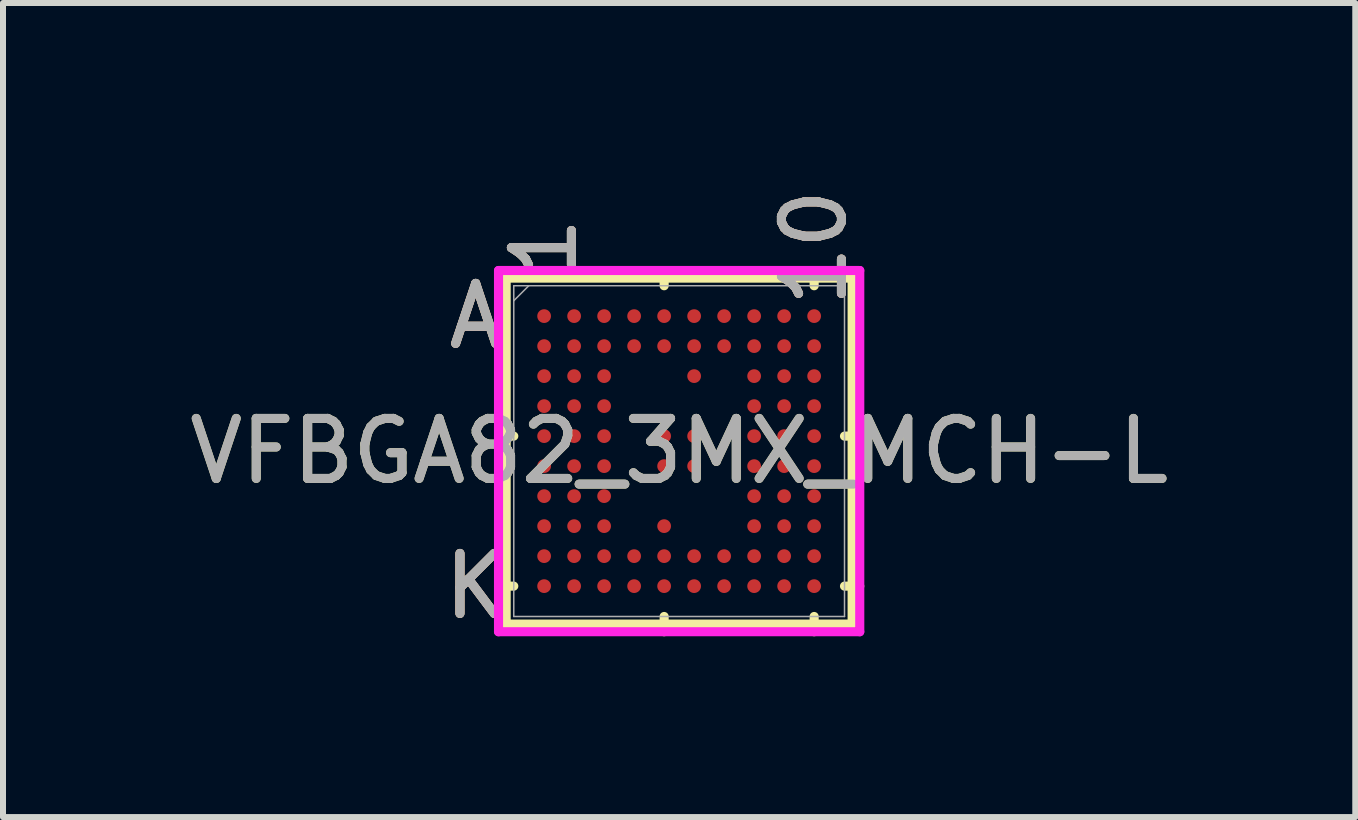
<source format=kicad_pcb>
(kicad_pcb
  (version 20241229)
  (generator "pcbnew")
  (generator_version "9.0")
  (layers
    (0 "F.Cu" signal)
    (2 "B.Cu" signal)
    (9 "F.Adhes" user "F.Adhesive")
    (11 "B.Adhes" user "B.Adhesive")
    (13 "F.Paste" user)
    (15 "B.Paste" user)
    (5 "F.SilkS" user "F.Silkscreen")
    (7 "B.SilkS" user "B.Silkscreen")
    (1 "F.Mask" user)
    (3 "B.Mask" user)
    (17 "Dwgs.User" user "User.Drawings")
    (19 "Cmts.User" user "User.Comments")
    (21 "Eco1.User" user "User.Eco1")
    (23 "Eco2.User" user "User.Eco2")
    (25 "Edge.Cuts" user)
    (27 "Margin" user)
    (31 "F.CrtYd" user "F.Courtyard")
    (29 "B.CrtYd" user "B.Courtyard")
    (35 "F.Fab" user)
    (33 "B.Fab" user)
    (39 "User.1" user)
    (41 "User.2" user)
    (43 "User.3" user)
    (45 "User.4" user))
  (footprint "VFBGA82_3MX_MCH-L"
    (layer "F.Cu")
    (at 8.268 4.468)
    (property "Reference" "VFBGA82_3MX_MCH-L" (at 0 0 0) (unlocked yes) (layer "F.SilkS") (effects (font (size 1 1) (thickness 0.15))))
    (attr smd)
    (fp_line (start -2.883 -2.883) (end -2.883 2.883) (stroke (width 0.152) (type solid)) (layer "F.SilkS"))
    (fp_line (start -2.883 2.883) (end 2.883 2.883) (stroke (width 0.152) (type solid)) (layer "F.SilkS"))
    (fp_line (start -2.756 -0.25) (end -3.01 -0.25) (stroke (width 0.152) (type solid)) (layer "F.SilkS"))
    (fp_line (start -2.756 2.25) (end -3.01 2.25) (stroke (width 0.152) (type solid)) (layer "F.SilkS"))
    (fp_line (start -0.25 -2.756) (end -0.25 -3.01) (stroke (width 0.152) (type solid)) (layer "F.SilkS"))
    (fp_line (start -0.25 2.756) (end -0.25 3.01) (stroke (width 0.152) (type solid)) (layer "F.SilkS"))
    (fp_line (start 2.25 -2.756) (end 2.25 -3.01) (stroke (width 0.152) (type solid)) (layer "F.SilkS"))
    (fp_line (start 2.25 2.756) (end 2.25 3.01) (stroke (width 0.152) (type solid)) (layer "F.SilkS"))
    (fp_line (start 2.756 -0.25) (end 3.01 -0.25) (stroke (width 0.152) (type solid)) (layer "F.SilkS"))
    (fp_line (start 2.756 2.25) (end 3.01 2.25) (stroke (width 0.152) (type solid)) (layer "F.SilkS"))
    (fp_line (start 2.883 -2.883) (end -2.883 -2.883) (stroke (width 0.152) (type solid)) (layer "F.SilkS"))
    (fp_line (start 2.883 2.883) (end 2.883 -2.883) (stroke (width 0.152) (type solid)) (layer "F.SilkS"))
    (fp_poly (pts (xy -2.945 -2.945) (xy 2.945 -2.945) (xy 2.945 2.945) (xy -2.945 2.945)) (stroke (width 0.1) (type solid)) (fill no) (layer "Eco2.User"))
    (fp_line (start -3.01 -3.01) (end 3.01 -3.01) (stroke (width 0.152) (type solid)) (layer "F.CrtYd"))
    (fp_line (start -3.01 3.01) (end -3.01 -3.01) (stroke (width 0.152) (type solid)) (layer "F.CrtYd"))
    (fp_line (start 3.01 -3.01) (end 3.01 3.01) (stroke (width 0.152) (type solid)) (layer "F.CrtYd"))
    (fp_line (start 3.01 3.01) (end -3.01 3.01) (stroke (width 0.152) (type solid)) (layer "F.CrtYd"))
    (fp_line (start -2.756 -2.756) (end -2.756 2.756) (stroke (width 0.025) (type solid)) (layer "F.Fab"))
    (fp_line (start -2.756 2.756) (end 2.756 2.756) (stroke (width 0.025) (type solid)) (layer "F.Fab"))
    (fp_line (start -2.506 -2.756) (end -2.756 -2.506) (stroke (width 0.025) (type solid)) (layer "F.Fab"))
    (fp_line (start 2.756 -2.756) (end -2.756 -2.756) (stroke (width 0.025) (type solid)) (layer "F.Fab"))
    (fp_line (start 2.756 2.756) (end 2.756 -2.756) (stroke (width 0.025) (type solid)) (layer "F.Fab"))
    (fp_text user "A" (at -3.391 -2.25 0) (unlocked yes) (layer "F.SilkS") (effects (font (size 1 1) (thickness 0.15))))
    (fp_text user "10" (at 2.25 -3.391 90) (unlocked yes) (layer "F.SilkS") (effects (font (size 1 1) (thickness 0.15))))
    (fp_text user "1" (at -2.25 -3.391 90) (unlocked yes) (layer "F.SilkS") (effects (font (size 1 1) (thickness 0.15))))
    (fp_text user "K" (at -3.391 2.25 0) (unlocked yes) (layer "F.SilkS") (effects (font (size 1 1) (thickness 0.15))))
    (fp_text user "10" (at 2.25 -3.391 90) (unlocked yes) (layer "B.SilkS") (effects (font (size 1 1) (thickness 0.15))))
    (fp_text user "A" (at -3.391 -2.25 0) (unlocked yes) (layer "B.SilkS") (effects (font (size 1 1) (thickness 0.15))))
    (fp_text user "1" (at -2.25 -3.391 90) (unlocked yes) (layer "B.SilkS") (effects (font (size 1 1) (thickness 0.15))))
    (fp_text user "K" (at -3.391 2.25 0) (unlocked yes) (layer "B.SilkS") (effects (font (size 1 1) (thickness 0.15))))
    (fp_text user "10" (at 2.25 -3.391 90) (unlocked yes) (layer "F.Fab") (effects (font (size 1 1) (thickness 0.15))))
    (fp_text user "K" (at -3.391 2.25 0) (unlocked yes) (layer "F.Fab") (effects (font (size 1 1) (thickness 0.15))))
    (fp_text user "A" (at -3.391 -2.25 0) (unlocked yes) (layer "F.Fab") (effects (font (size 1 1) (thickness 0.15))))
    (fp_text user "1" (at -2.25 -3.391 90) (unlocked yes) (layer "F.Fab") (effects (font (size 1 1) (thickness 0.15))))
    (fp_text user "${REFERENCE}" (at 0 0 0) (unlocked yes) (layer "F.Fab") (effects (font (size 1 1) (thickness 0.15))))
    (pad "A1" smd circle (at -2.25 -2.25) (size 0.229 0.229) (layers "F.Cu" "F.Mask" "F.Paste"))
    (pad "A2" smd circle (at -1.75 -2.25) (size 0.229 0.229) (layers "F.Cu" "F.Mask" "F.Paste"))
    (pad "A3" smd circle (at -1.25 -2.25) (size 0.229 0.229) (layers "F.Cu" "F.Mask" "F.Paste"))
    (pad "A4" smd circle (at -0.75 -2.25) (size 0.229 0.229) (layers "F.Cu" "F.Mask" "F.Paste"))
    (pad "A5" smd circle (at -0.25 -2.25) (size 0.229 0.229) (layers "F.Cu" "F.Mask" "F.Paste"))
    (pad "A6" smd circle (at 0.25 -2.25) (size 0.229 0.229) (layers "F.Cu" "F.Mask" "F.Paste"))
    (pad "A7" smd circle (at 0.75 -2.25) (size 0.229 0.229) (layers "F.Cu" "F.Mask" "F.Paste"))
    (pad "A8" smd circle (at 1.25 -2.25) (size 0.229 0.229) (layers "F.Cu" "F.Mask" "F.Paste"))
    (pad "A9" smd circle (at 1.75 -2.25) (size 0.229 0.229) (layers "F.Cu" "F.Mask" "F.Paste"))
    (pad "A10" smd circle (at 2.25 -2.25) (size 0.229 0.229) (layers "F.Cu" "F.Mask" "F.Paste"))
    (pad "B1" smd circle (at -2.25 -1.75) (size 0.229 0.229) (layers "F.Cu" "F.Mask" "F.Paste"))
    (pad "B2" smd circle (at -1.75 -1.75) (size 0.229 0.229) (layers "F.Cu" "F.Mask" "F.Paste"))
    (pad "B3" smd circle (at -1.25 -1.75) (size 0.229 0.229) (layers "F.Cu" "F.Mask" "F.Paste"))
    (pad "B4" smd circle (at -0.75 -1.75) (size 0.229 0.229) (layers "F.Cu" "F.Mask" "F.Paste"))
    (pad "B5" smd circle (at -0.25 -1.75) (size 0.229 0.229) (layers "F.Cu" "F.Mask" "F.Paste"))
    (pad "B6" smd circle (at 0.25 -1.75) (size 0.229 0.229) (layers "F.Cu" "F.Mask" "F.Paste"))
    (pad "B7" smd circle (at 0.75 -1.75) (size 0.229 0.229) (layers "F.Cu" "F.Mask" "F.Paste"))
    (pad "B8" smd circle (at 1.25 -1.75) (size 0.229 0.229) (layers "F.Cu" "F.Mask" "F.Paste"))
    (pad "B9" smd circle (at 1.75 -1.75) (size 0.229 0.229) (layers "F.Cu" "F.Mask" "F.Paste"))
    (pad "B10" smd circle (at 2.25 -1.75) (size 0.229 0.229) (layers "F.Cu" "F.Mask" "F.Paste"))
    (pad "C1" smd circle (at -2.25 -1.25) (size 0.229 0.229) (layers "F.Cu" "F.Mask" "F.Paste"))
    (pad "C2" smd circle (at -1.75 -1.25) (size 0.229 0.229) (layers "F.Cu" "F.Mask" "F.Paste"))
    (pad "C3" smd circle (at -1.25 -1.25) (size 0.229 0.229) (layers "F.Cu" "F.Mask" "F.Paste"))
    (pad "C6" smd circle (at 0.25 -1.25) (size 0.229 0.229) (layers "F.Cu" "F.Mask" "F.Paste"))
    (pad "C8" smd circle (at 1.25 -1.25) (size 0.229 0.229) (layers "F.Cu" "F.Mask" "F.Paste"))
    (pad "C9" smd circle (at 1.75 -1.25) (size 0.229 0.229) (layers "F.Cu" "F.Mask" "F.Paste"))
    (pad "C10" smd circle (at 2.25 -1.25) (size 0.229 0.229) (layers "F.Cu" "F.Mask" "F.Paste"))
    (pad "D1" smd circle (at -2.25 -0.75) (size 0.229 0.229) (layers "F.Cu" "F.Mask" "F.Paste"))
    (pad "D2" smd circle (at -1.75 -0.75) (size 0.229 0.229) (layers "F.Cu" "F.Mask" "F.Paste"))
    (pad "D3" smd circle (at -1.25 -0.75) (size 0.229 0.229) (layers "F.Cu" "F.Mask" "F.Paste"))
    (pad "D8" smd circle (at 1.25 -0.75) (size 0.229 0.229) (layers "F.Cu" "F.Mask" "F.Paste"))
    (pad "D9" smd circle (at 1.75 -0.75) (size 0.229 0.229) (layers "F.Cu" "F.Mask" "F.Paste"))
    (pad "D10" smd circle (at 2.25 -0.75) (size 0.229 0.229) (layers "F.Cu" "F.Mask" "F.Paste"))
    (pad "E1" smd circle (at -2.25 -0.25) (size 0.229 0.229) (layers "F.Cu" "F.Mask" "F.Paste"))
    (pad "E2" smd circle (at -1.75 -0.25) (size 0.229 0.229) (layers "F.Cu" "F.Mask" "F.Paste"))
    (pad "E3" smd circle (at -1.25 -0.25) (size 0.229 0.229) (layers "F.Cu" "F.Mask" "F.Paste"))
    (pad "E5" smd circle (at -0.25 -0.25) (size 0.229 0.229) (layers "F.Cu" "F.Mask" "F.Paste"))
    (pad "E6" smd circle (at 0.25 -0.25) (size 0.229 0.229) (layers "F.Cu" "F.Mask" "F.Paste"))
    (pad "E8" smd circle (at 1.25 -0.25) (size 0.229 0.229) (layers "F.Cu" "F.Mask" "F.Paste"))
    (pad "E9" smd circle (at 1.75 -0.25) (size 0.229 0.229) (layers "F.Cu" "F.Mask" "F.Paste"))
    (pad "E10" smd circle (at 2.25 -0.25) (size 0.229 0.229) (layers "F.Cu" "F.Mask" "F.Paste"))
    (pad "F1" smd circle (at -2.25 0.25) (size 0.229 0.229) (layers "F.Cu" "F.Mask" "F.Paste"))
    (pad "F2" smd circle (at -1.75 0.25) (size 0.229 0.229) (layers "F.Cu" "F.Mask" "F.Paste"))
    (pad "F3" smd circle (at -1.25 0.25) (size 0.229 0.229) (layers "F.Cu" "F.Mask" "F.Paste"))
    (pad "F5" smd circle (at -0.25 0.25) (size 0.229 0.229) (layers "F.Cu" "F.Mask" "F.Paste"))
    (pad "F6" smd circle (at 0.25 0.25) (size 0.229 0.229) (layers "F.Cu" "F.Mask" "F.Paste"))
    (pad "F8" smd circle (at 1.25 0.25) (size 0.229 0.229) (layers "F.Cu" "F.Mask" "F.Paste"))
    (pad "F9" smd circle (at 1.75 0.25) (size 0.229 0.229) (layers "F.Cu" "F.Mask" "F.Paste"))
    (pad "F10" smd circle (at 2.25 0.25) (size 0.229 0.229) (layers "F.Cu" "F.Mask" "F.Paste"))
    (pad "G1" smd circle (at -2.25 0.75) (size 0.229 0.229) (layers "F.Cu" "F.Mask" "F.Paste"))
    (pad "G2" smd circle (at -1.75 0.75) (size 0.229 0.229) (layers "F.Cu" "F.Mask" "F.Paste"))
    (pad "G3" smd circle (at -1.25 0.75) (size 0.229 0.229) (layers "F.Cu" "F.Mask" "F.Paste"))
    (pad "G8" smd circle (at 1.25 0.75) (size 0.229 0.229) (layers "F.Cu" "F.Mask" "F.Paste"))
    (pad "G9" smd circle (at 1.75 0.75) (size 0.229 0.229) (layers "F.Cu" "F.Mask" "F.Paste"))
    (pad "G10" smd circle (at 2.25 0.75) (size 0.229 0.229) (layers "F.Cu" "F.Mask" "F.Paste"))
    (pad "H1" smd circle (at -2.25 1.25) (size 0.229 0.229) (layers "F.Cu" "F.Mask" "F.Paste"))
    (pad "H2" smd circle (at -1.75 1.25) (size 0.229 0.229) (layers "F.Cu" "F.Mask" "F.Paste"))
    (pad "H3" smd circle (at -1.25 1.25) (size 0.229 0.229) (layers "F.Cu" "F.Mask" "F.Paste"))
    (pad "H5" smd circle (at -0.25 1.25) (size 0.229 0.229) (layers "F.Cu" "F.Mask" "F.Paste"))
    (pad "H8" smd circle (at 1.25 1.25) (size 0.229 0.229) (layers "F.Cu" "F.Mask" "F.Paste"))
    (pad "H9" smd circle (at 1.75 1.25) (size 0.229 0.229) (layers "F.Cu" "F.Mask" "F.Paste"))
    (pad "H10" smd circle (at 2.25 1.25) (size 0.229 0.229) (layers "F.Cu" "F.Mask" "F.Paste"))
    (pad "J1" smd circle (at -2.25 1.75) (size 0.229 0.229) (layers "F.Cu" "F.Mask" "F.Paste"))
    (pad "J2" smd circle (at -1.75 1.75) (size 0.229 0.229) (layers "F.Cu" "F.Mask" "F.Paste"))
    (pad "J3" smd circle (at -1.25 1.75) (size 0.229 0.229) (layers "F.Cu" "F.Mask" "F.Paste"))
    (pad "J4" smd circle (at -0.75 1.75) (size 0.229 0.229) (layers "F.Cu" "F.Mask" "F.Paste"))
    (pad "J5" smd circle (at -0.25 1.75) (size 0.229 0.229) (layers "F.Cu" "F.Mask" "F.Paste"))
    (pad "J6" smd circle (at 0.25 1.75) (size 0.229 0.229) (layers "F.Cu" "F.Mask" "F.Paste"))
    (pad "J7" smd circle (at 0.75 1.75) (size 0.229 0.229) (layers "F.Cu" "F.Mask" "F.Paste"))
    (pad "J8" smd circle (at 1.25 1.75) (size 0.229 0.229) (layers "F.Cu" "F.Mask" "F.Paste"))
    (pad "J9" smd circle (at 1.75 1.75) (size 0.229 0.229) (layers "F.Cu" "F.Mask" "F.Paste"))
    (pad "J10" smd circle (at 2.25 1.75) (size 0.229 0.229) (layers "F.Cu" "F.Mask" "F.Paste"))
    (pad "K1" smd circle (at -2.25 2.25) (size 0.229 0.229) (layers "F.Cu" "F.Mask" "F.Paste"))
    (pad "K2" smd circle (at -1.75 2.25) (size 0.229 0.229) (layers "F.Cu" "F.Mask" "F.Paste"))
    (pad "K3" smd circle (at -1.25 2.25) (size 0.229 0.229) (layers "F.Cu" "F.Mask" "F.Paste"))
    (pad "K4" smd circle (at -0.75 2.25) (size 0.229 0.229) (layers "F.Cu" "F.Mask" "F.Paste"))
    (pad "K5" smd circle (at -0.25 2.25) (size 0.229 0.229) (layers "F.Cu" "F.Mask" "F.Paste"))
    (pad "K6" smd circle (at 0.25 2.25) (size 0.229 0.229) (layers "F.Cu" "F.Mask" "F.Paste"))
    (pad "K7" smd circle (at 0.75 2.25) (size 0.229 0.229) (layers "F.Cu" "F.Mask" "F.Paste"))
    (pad "K8" smd circle (at 1.25 2.25) (size 0.229 0.229) (layers "F.Cu" "F.Mask" "F.Paste"))
    (pad "K9" smd circle (at 1.75 2.25) (size 0.229 0.229) (layers "F.Cu" "F.Mask" "F.Paste"))
    (pad "K10" smd circle (at 2.25 2.25) (size 0.229 0.229) (layers "F.Cu" "F.Mask" "F.Paste")))
  (gr_rect
    (start -3 -3)
    (end 19.536 10.567)
    (stroke (width 0.1) (type default))
    (fill no)
    (layer "Edge.Cuts")))
</source>
